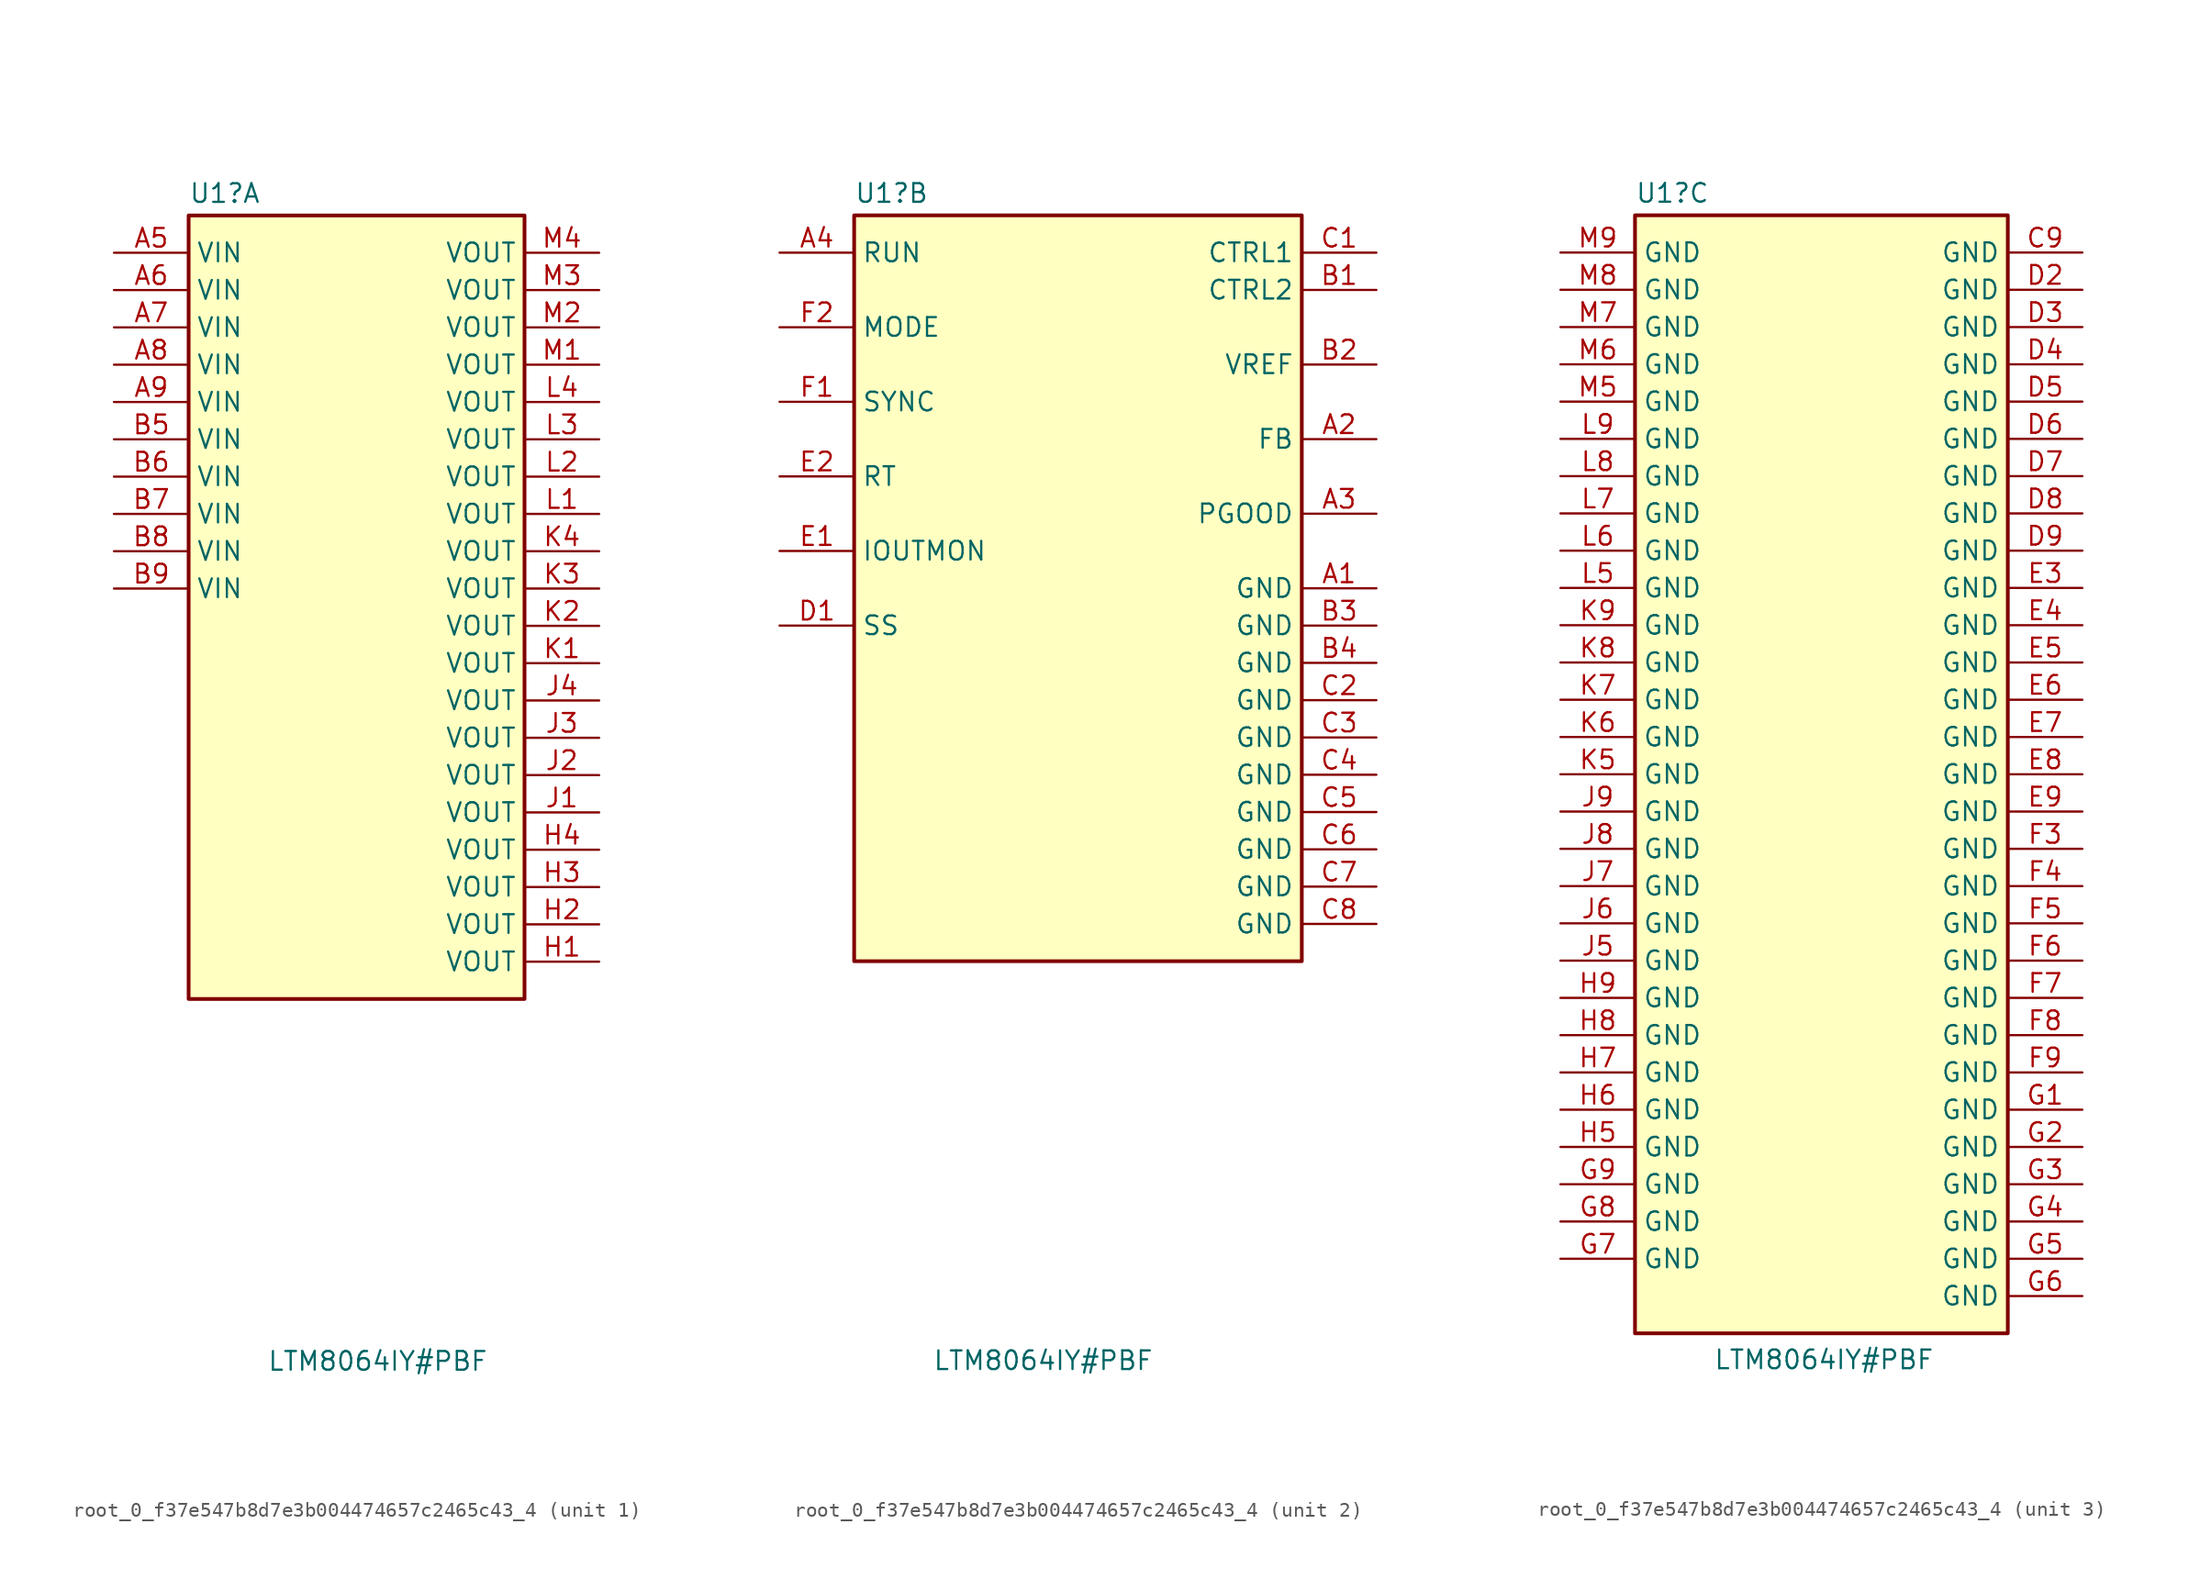
<source format=kicad_sym>
(kicad_symbol_lib
  (version 20231120)
  (generator "kicad_symbol_editor")
  (generator_version "8.0")
  (symbol "root_0_f37e547b8d7e3b004474657c2465c43_4"
    (property "Reference" "U1"
      (at 5.08 3.302 0)
      (effects (font (size 1.27 1.27)) (justify left bottom)))
    (property "Value" "LTM8064IY#PBF"
      (at 10.414 -76.2 0)
      (effects (font (size 1.27 1.27)) (justify left bottom)))
    (symbol "root_0_f37e547b8d7e3b004474657c2465c43_4_1_0"
      (rectangle (start 27.94 2.54) (end 5.08 -50.8) (stroke (width 0.254) (type solid) (color 128 0 0 1)) (fill (type background)))
      (pin passive line (at 0 0 0) (length 5.08) (name "VIN" (effects (font (size 1.27 1.27)))) (number "A5" (effects (font (size 1.27 1.27)))))
      (pin passive line (at 0 -2.54 0) (length 5.08) (name "VIN" (effects (font (size 1.27 1.27)))) (number "A6" (effects (font (size 1.27 1.27)))))
      (pin passive line (at 0 -5.08 0) (length 5.08) (name "VIN" (effects (font (size 1.27 1.27)))) (number "A7" (effects (font (size 1.27 1.27)))))
      (pin passive line (at 0 -7.62 0) (length 5.08) (name "VIN" (effects (font (size 1.27 1.27)))) (number "A8" (effects (font (size 1.27 1.27)))))
      (pin passive line (at 0 -10.16 0) (length 5.08) (name "VIN" (effects (font (size 1.27 1.27)))) (number "A9" (effects (font (size 1.27 1.27)))))
      (pin passive line (at 0 -12.7 0) (length 5.08) (name "VIN" (effects (font (size 1.27 1.27)))) (number "B5" (effects (font (size 1.27 1.27)))))
      (pin passive line (at 0 -15.24 0) (length 5.08) (name "VIN" (effects (font (size 1.27 1.27)))) (number "B6" (effects (font (size 1.27 1.27)))))
      (pin passive line (at 0 -17.78 0) (length 5.08) (name "VIN" (effects (font (size 1.27 1.27)))) (number "B7" (effects (font (size 1.27 1.27)))))
      (pin passive line (at 0 -20.32 0) (length 5.08) (name "VIN" (effects (font (size 1.27 1.27)))) (number "B8" (effects (font (size 1.27 1.27)))))
      (pin passive line (at 0 -22.86 0) (length 5.08) (name "VIN" (effects (font (size 1.27 1.27)))) (number "B9" (effects (font (size 1.27 1.27)))))
      (pin passive line (at 33.02 -48.26 180) (length 5.08) (name "VOUT" (effects (font (size 1.27 1.27)))) (number "H1" (effects (font (size 1.27 1.27)))))
      (pin passive line (at 33.02 -45.72 180) (length 5.08) (name "VOUT" (effects (font (size 1.27 1.27)))) (number "H2" (effects (font (size 1.27 1.27)))))
      (pin passive line (at 33.02 -43.18 180) (length 5.08) (name "VOUT" (effects (font (size 1.27 1.27)))) (number "H3" (effects (font (size 1.27 1.27)))))
      (pin passive line (at 33.02 -40.64 180) (length 5.08) (name "VOUT" (effects (font (size 1.27 1.27)))) (number "H4" (effects (font (size 1.27 1.27)))))
      (pin passive line (at 33.02 -38.1 180) (length 5.08) (name "VOUT" (effects (font (size 1.27 1.27)))) (number "J1" (effects (font (size 1.27 1.27)))))
      (pin passive line (at 33.02 -35.56 180) (length 5.08) (name "VOUT" (effects (font (size 1.27 1.27)))) (number "J2" (effects (font (size 1.27 1.27)))))
      (pin passive line (at 33.02 -33.02 180) (length 5.08) (name "VOUT" (effects (font (size 1.27 1.27)))) (number "J3" (effects (font (size 1.27 1.27)))))
      (pin passive line (at 33.02 -30.48 180) (length 5.08) (name "VOUT" (effects (font (size 1.27 1.27)))) (number "J4" (effects (font (size 1.27 1.27)))))
      (pin passive line (at 33.02 -27.94 180) (length 5.08) (name "VOUT" (effects (font (size 1.27 1.27)))) (number "K1" (effects (font (size 1.27 1.27)))))
      (pin passive line (at 33.02 -25.4 180) (length 5.08) (name "VOUT" (effects (font (size 1.27 1.27)))) (number "K2" (effects (font (size 1.27 1.27)))))
      (pin passive line (at 33.02 -22.86 180) (length 5.08) (name "VOUT" (effects (font (size 1.27 1.27)))) (number "K3" (effects (font (size 1.27 1.27)))))
      (pin passive line (at 33.02 -20.32 180) (length 5.08) (name "VOUT" (effects (font (size 1.27 1.27)))) (number "K4" (effects (font (size 1.27 1.27)))))
      (pin passive line (at 33.02 -17.78 180) (length 5.08) (name "VOUT" (effects (font (size 1.27 1.27)))) (number "L1" (effects (font (size 1.27 1.27)))))
      (pin passive line (at 33.02 -15.24 180) (length 5.08) (name "VOUT" (effects (font (size 1.27 1.27)))) (number "L2" (effects (font (size 1.27 1.27)))))
      (pin passive line (at 33.02 -12.7 180) (length 5.08) (name "VOUT" (effects (font (size 1.27 1.27)))) (number "L3" (effects (font (size 1.27 1.27)))))
      (pin passive line (at 33.02 -10.16 180) (length 5.08) (name "VOUT" (effects (font (size 1.27 1.27)))) (number "L4" (effects (font (size 1.27 1.27)))))
      (pin passive line (at 33.02 -7.62 180) (length 5.08) (name "VOUT" (effects (font (size 1.27 1.27)))) (number "M1" (effects (font (size 1.27 1.27)))))
      (pin passive line (at 33.02 -5.08 180) (length 5.08) (name "VOUT" (effects (font (size 1.27 1.27)))) (number "M2" (effects (font (size 1.27 1.27)))))
      (pin passive line (at 33.02 -2.54 180) (length 5.08) (name "VOUT" (effects (font (size 1.27 1.27)))) (number "M3" (effects (font (size 1.27 1.27)))))
      (pin passive line (at 33.02 0 180) (length 5.08) (name "VOUT" (effects (font (size 1.27 1.27)))) (number "M4" (effects (font (size 1.27 1.27))))))
    (symbol "root_0_f37e547b8d7e3b004474657c2465c43_4_2_0"
      (rectangle (start 35.56 2.54) (end 5.08 -48.26) (stroke (width 0.254) (type solid) (color 128 0 0 1)) (fill (type background)))
      (pin passive line (at 40.64 -22.86 180) (length 5.08) (name "GND" (effects (font (size 1.27 1.27)))) (number "A1" (effects (font (size 1.27 1.27)))))
      (pin input line (at 40.64 -12.7 180) (length 5.08) (name "FB" (effects (font (size 1.27 1.27)))) (number "A2" (effects (font (size 1.27 1.27)))))
      (pin passive line (at 40.64 -17.78 180) (length 5.08) (name "PGOOD" (effects (font (size 1.27 1.27)))) (number "A3" (effects (font (size 1.27 1.27)))))
      (pin input line (at 0 0 0) (length 5.08) (name "RUN" (effects (font (size 1.27 1.27)))) (number "A4" (effects (font (size 1.27 1.27)))))
      (pin passive line (at 40.64 -2.54 180) (length 5.08) (name "CTRL2" (effects (font (size 1.27 1.27)))) (number "B1" (effects (font (size 1.27 1.27)))))
      (pin passive line (at 40.64 -7.62 180) (length 5.08) (name "VREF" (effects (font (size 1.27 1.27)))) (number "B2" (effects (font (size 1.27 1.27)))))
      (pin passive line (at 40.64 -25.4 180) (length 5.08) (name "GND" (effects (font (size 1.27 1.27)))) (number "B3" (effects (font (size 1.27 1.27)))))
      (pin passive line (at 40.64 -27.94 180) (length 5.08) (name "GND" (effects (font (size 1.27 1.27)))) (number "B4" (effects (font (size 1.27 1.27)))))
      (pin passive line (at 40.64 0 180) (length 5.08) (name "CTRL1" (effects (font (size 1.27 1.27)))) (number "C1" (effects (font (size 1.27 1.27)))))
      (pin passive line (at 40.64 -30.48 180) (length 5.08) (name "GND" (effects (font (size 1.27 1.27)))) (number "C2" (effects (font (size 1.27 1.27)))))
      (pin passive line (at 40.64 -33.02 180) (length 5.08) (name "GND" (effects (font (size 1.27 1.27)))) (number "C3" (effects (font (size 1.27 1.27)))))
      (pin passive line (at 40.64 -35.56 180) (length 5.08) (name "GND" (effects (font (size 1.27 1.27)))) (number "C4" (effects (font (size 1.27 1.27)))))
      (pin passive line (at 40.64 -38.1 180) (length 5.08) (name "GND" (effects (font (size 1.27 1.27)))) (number "C5" (effects (font (size 1.27 1.27)))))
      (pin passive line (at 40.64 -40.64 180) (length 5.08) (name "GND" (effects (font (size 1.27 1.27)))) (number "C6" (effects (font (size 1.27 1.27)))))
      (pin passive line (at 40.64 -43.18 180) (length 5.08) (name "GND" (effects (font (size 1.27 1.27)))) (number "C7" (effects (font (size 1.27 1.27)))))
      (pin passive line (at 40.64 -45.72 180) (length 5.08) (name "GND" (effects (font (size 1.27 1.27)))) (number "C8" (effects (font (size 1.27 1.27)))))
      (pin input line (at 0 -25.4 0) (length 5.08) (name "SS" (effects (font (size 1.27 1.27)))) (number "D1" (effects (font (size 1.27 1.27)))))
      (pin passive line (at 0 -20.32 0) (length 5.08) (name "IOUTMON" (effects (font (size 1.27 1.27)))) (number "E1" (effects (font (size 1.27 1.27)))))
      (pin input line (at 0 -15.24 0) (length 5.08) (name "RT" (effects (font (size 1.27 1.27)))) (number "E2" (effects (font (size 1.27 1.27)))))
      (pin bidirectional line (at 0 -10.16 0) (length 5.08) (name "SYNC" (effects (font (size 1.27 1.27)))) (number "F1" (effects (font (size 1.27 1.27)))))
      (pin input line (at 0 -5.08 0) (length 5.08) (name "MODE" (effects (font (size 1.27 1.27)))) (number "F2" (effects (font (size 1.27 1.27))))))
    (symbol "root_0_f37e547b8d7e3b004474657c2465c43_4_3_0"
      (rectangle (start 30.48 2.54) (end 5.08 -73.66) (stroke (width 0.254) (type solid) (color 128 0 0 1)) (fill (type background)))
      (pin passive line (at 35.56 0 180) (length 5.08) (name "GND" (effects (font (size 1.27 1.27)))) (number "C9" (effects (font (size 1.27 1.27)))))
      (pin passive line (at 35.56 -2.54 180) (length 5.08) (name "GND" (effects (font (size 1.27 1.27)))) (number "D2" (effects (font (size 1.27 1.27)))))
      (pin passive line (at 35.56 -5.08 180) (length 5.08) (name "GND" (effects (font (size 1.27 1.27)))) (number "D3" (effects (font (size 1.27 1.27)))))
      (pin passive line (at 35.56 -7.62 180) (length 5.08) (name "GND" (effects (font (size 1.27 1.27)))) (number "D4" (effects (font (size 1.27 1.27)))))
      (pin passive line (at 35.56 -10.16 180) (length 5.08) (name "GND" (effects (font (size 1.27 1.27)))) (number "D5" (effects (font (size 1.27 1.27)))))
      (pin passive line (at 35.56 -12.7 180) (length 5.08) (name "GND" (effects (font (size 1.27 1.27)))) (number "D6" (effects (font (size 1.27 1.27)))))
      (pin passive line (at 35.56 -15.24 180) (length 5.08) (name "GND" (effects (font (size 1.27 1.27)))) (number "D7" (effects (font (size 1.27 1.27)))))
      (pin passive line (at 35.56 -17.78 180) (length 5.08) (name "GND" (effects (font (size 1.27 1.27)))) (number "D8" (effects (font (size 1.27 1.27)))))
      (pin passive line (at 35.56 -20.32 180) (length 5.08) (name "GND" (effects (font (size 1.27 1.27)))) (number "D9" (effects (font (size 1.27 1.27)))))
      (pin passive line (at 35.56 -22.86 180) (length 5.08) (name "GND" (effects (font (size 1.27 1.27)))) (number "E3" (effects (font (size 1.27 1.27)))))
      (pin passive line (at 35.56 -25.4 180) (length 5.08) (name "GND" (effects (font (size 1.27 1.27)))) (number "E4" (effects (font (size 1.27 1.27)))))
      (pin passive line (at 35.56 -27.94 180) (length 5.08) (name "GND" (effects (font (size 1.27 1.27)))) (number "E5" (effects (font (size 1.27 1.27)))))
      (pin passive line (at 35.56 -30.48 180) (length 5.08) (name "GND" (effects (font (size 1.27 1.27)))) (number "E6" (effects (font (size 1.27 1.27)))))
      (pin passive line (at 35.56 -33.02 180) (length 5.08) (name "GND" (effects (font (size 1.27 1.27)))) (number "E7" (effects (font (size 1.27 1.27)))))
      (pin passive line (at 35.56 -35.56 180) (length 5.08) (name "GND" (effects (font (size 1.27 1.27)))) (number "E8" (effects (font (size 1.27 1.27)))))
      (pin passive line (at 35.56 -38.1 180) (length 5.08) (name "GND" (effects (font (size 1.27 1.27)))) (number "E9" (effects (font (size 1.27 1.27)))))
      (pin passive line (at 35.56 -40.64 180) (length 5.08) (name "GND" (effects (font (size 1.27 1.27)))) (number "F3" (effects (font (size 1.27 1.27)))))
      (pin passive line (at 35.56 -43.18 180) (length 5.08) (name "GND" (effects (font (size 1.27 1.27)))) (number "F4" (effects (font (size 1.27 1.27)))))
      (pin passive line (at 35.56 -45.72 180) (length 5.08) (name "GND" (effects (font (size 1.27 1.27)))) (number "F5" (effects (font (size 1.27 1.27)))))
      (pin passive line (at 35.56 -48.26 180) (length 5.08) (name "GND" (effects (font (size 1.27 1.27)))) (number "F6" (effects (font (size 1.27 1.27)))))
      (pin passive line (at 35.56 -50.8 180) (length 5.08) (name "GND" (effects (font (size 1.27 1.27)))) (number "F7" (effects (font (size 1.27 1.27)))))
      (pin passive line (at 35.56 -53.34 180) (length 5.08) (name "GND" (effects (font (size 1.27 1.27)))) (number "F8" (effects (font (size 1.27 1.27)))))
      (pin passive line (at 35.56 -55.88 180) (length 5.08) (name "GND" (effects (font (size 1.27 1.27)))) (number "F9" (effects (font (size 1.27 1.27)))))
      (pin passive line (at 35.56 -58.42 180) (length 5.08) (name "GND" (effects (font (size 1.27 1.27)))) (number "G1" (effects (font (size 1.27 1.27)))))
      (pin passive line (at 35.56 -60.96 180) (length 5.08) (name "GND" (effects (font (size 1.27 1.27)))) (number "G2" (effects (font (size 1.27 1.27)))))
      (pin passive line (at 35.56 -63.5 180) (length 5.08) (name "GND" (effects (font (size 1.27 1.27)))) (number "G3" (effects (font (size 1.27 1.27)))))
      (pin passive line (at 35.56 -66.04 180) (length 5.08) (name "GND" (effects (font (size 1.27 1.27)))) (number "G4" (effects (font (size 1.27 1.27)))))
      (pin passive line (at 35.56 -68.58 180) (length 5.08) (name "GND" (effects (font (size 1.27 1.27)))) (number "G5" (effects (font (size 1.27 1.27)))))
      (pin passive line (at 35.56 -71.12 180) (length 5.08) (name "GND" (effects (font (size 1.27 1.27)))) (number "G6" (effects (font (size 1.27 1.27)))))
      (pin passive line (at 0 -68.58 0) (length 5.08) (name "GND" (effects (font (size 1.27 1.27)))) (number "G7" (effects (font (size 1.27 1.27)))))
      (pin passive line (at 0 -66.04 0) (length 5.08) (name "GND" (effects (font (size 1.27 1.27)))) (number "G8" (effects (font (size 1.27 1.27)))))
      (pin passive line (at 0 -63.5 0) (length 5.08) (name "GND" (effects (font (size 1.27 1.27)))) (number "G9" (effects (font (size 1.27 1.27)))))
      (pin passive line (at 0 -60.96 0) (length 5.08) (name "GND" (effects (font (size 1.27 1.27)))) (number "H5" (effects (font (size 1.27 1.27)))))
      (pin passive line (at 0 -58.42 0) (length 5.08) (name "GND" (effects (font (size 1.27 1.27)))) (number "H6" (effects (font (size 1.27 1.27)))))
      (pin passive line (at 0 -55.88 0) (length 5.08) (name "GND" (effects (font (size 1.27 1.27)))) (number "H7" (effects (font (size 1.27 1.27)))))
      (pin passive line (at 0 -53.34 0) (length 5.08) (name "GND" (effects (font (size 1.27 1.27)))) (number "H8" (effects (font (size 1.27 1.27)))))
      (pin passive line (at 0 -50.8 0) (length 5.08) (name "GND" (effects (font (size 1.27 1.27)))) (number "H9" (effects (font (size 1.27 1.27)))))
      (pin passive line (at 0 -48.26 0) (length 5.08) (name "GND" (effects (font (size 1.27 1.27)))) (number "J5" (effects (font (size 1.27 1.27)))))
      (pin passive line (at 0 -45.72 0) (length 5.08) (name "GND" (effects (font (size 1.27 1.27)))) (number "J6" (effects (font (size 1.27 1.27)))))
      (pin passive line (at 0 -43.18 0) (length 5.08) (name "GND" (effects (font (size 1.27 1.27)))) (number "J7" (effects (font (size 1.27 1.27)))))
      (pin passive line (at 0 -40.64 0) (length 5.08) (name "GND" (effects (font (size 1.27 1.27)))) (number "J8" (effects (font (size 1.27 1.27)))))
      (pin passive line (at 0 -38.1 0) (length 5.08) (name "GND" (effects (font (size 1.27 1.27)))) (number "J9" (effects (font (size 1.27 1.27)))))
      (pin passive line (at 0 -35.56 0) (length 5.08) (name "GND" (effects (font (size 1.27 1.27)))) (number "K5" (effects (font (size 1.27 1.27)))))
      (pin passive line (at 0 -33.02 0) (length 5.08) (name "GND" (effects (font (size 1.27 1.27)))) (number "K6" (effects (font (size 1.27 1.27)))))
      (pin passive line (at 0 -30.48 0) (length 5.08) (name "GND" (effects (font (size 1.27 1.27)))) (number "K7" (effects (font (size 1.27 1.27)))))
      (pin passive line (at 0 -27.94 0) (length 5.08) (name "GND" (effects (font (size 1.27 1.27)))) (number "K8" (effects (font (size 1.27 1.27)))))
      (pin passive line (at 0 -25.4 0) (length 5.08) (name "GND" (effects (font (size 1.27 1.27)))) (number "K9" (effects (font (size 1.27 1.27)))))
      (pin passive line (at 0 -22.86 0) (length 5.08) (name "GND" (effects (font (size 1.27 1.27)))) (number "L5" (effects (font (size 1.27 1.27)))))
      (pin passive line (at 0 -20.32 0) (length 5.08) (name "GND" (effects (font (size 1.27 1.27)))) (number "L6" (effects (font (size 1.27 1.27)))))
      (pin passive line (at 0 -17.78 0) (length 5.08) (name "GND" (effects (font (size 1.27 1.27)))) (number "L7" (effects (font (size 1.27 1.27)))))
      (pin passive line (at 0 -15.24 0) (length 5.08) (name "GND" (effects (font (size 1.27 1.27)))) (number "L8" (effects (font (size 1.27 1.27)))))
      (pin passive line (at 0 -12.7 0) (length 5.08) (name "GND" (effects (font (size 1.27 1.27)))) (number "L9" (effects (font (size 1.27 1.27)))))
      (pin passive line (at 0 -10.16 0) (length 5.08) (name "GND" (effects (font (size 1.27 1.27)))) (number "M5" (effects (font (size 1.27 1.27)))))
      (pin passive line (at 0 -7.62 0) (length 5.08) (name "GND" (effects (font (size 1.27 1.27)))) (number "M6" (effects (font (size 1.27 1.27)))))
      (pin passive line (at 0 -5.08 0) (length 5.08) (name "GND" (effects (font (size 1.27 1.27)))) (number "M7" (effects (font (size 1.27 1.27)))))
      (pin passive line (at 0 -2.54 0) (length 5.08) (name "GND" (effects (font (size 1.27 1.27)))) (number "M8" (effects (font (size 1.27 1.27)))))
      (pin passive line (at 0 0 0) (length 5.08) (name "GND" (effects (font (size 1.27 1.27)))) (number "M9" (effects (font (size 1.27 1.27))))))))
</source>
